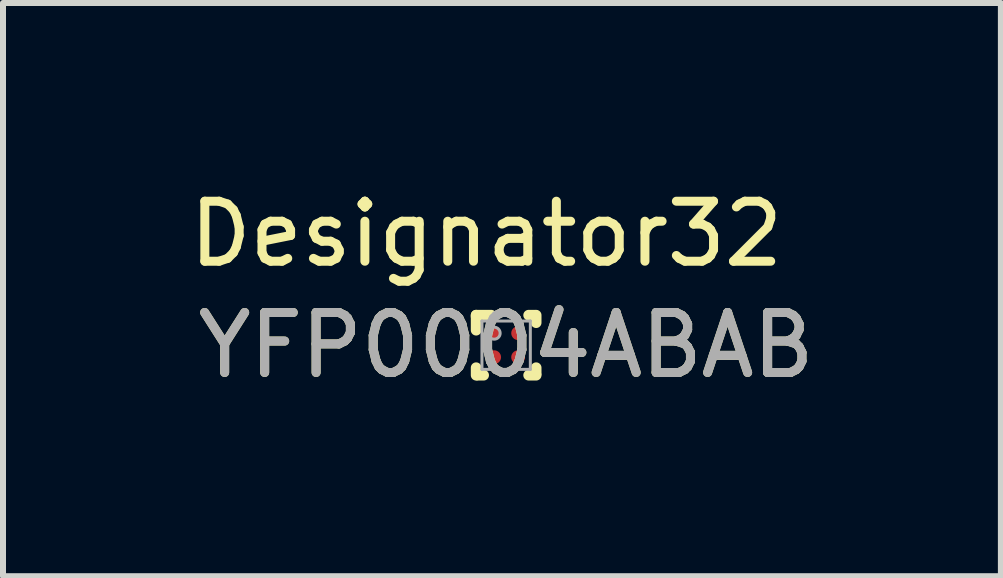
<source format=kicad_pcb>
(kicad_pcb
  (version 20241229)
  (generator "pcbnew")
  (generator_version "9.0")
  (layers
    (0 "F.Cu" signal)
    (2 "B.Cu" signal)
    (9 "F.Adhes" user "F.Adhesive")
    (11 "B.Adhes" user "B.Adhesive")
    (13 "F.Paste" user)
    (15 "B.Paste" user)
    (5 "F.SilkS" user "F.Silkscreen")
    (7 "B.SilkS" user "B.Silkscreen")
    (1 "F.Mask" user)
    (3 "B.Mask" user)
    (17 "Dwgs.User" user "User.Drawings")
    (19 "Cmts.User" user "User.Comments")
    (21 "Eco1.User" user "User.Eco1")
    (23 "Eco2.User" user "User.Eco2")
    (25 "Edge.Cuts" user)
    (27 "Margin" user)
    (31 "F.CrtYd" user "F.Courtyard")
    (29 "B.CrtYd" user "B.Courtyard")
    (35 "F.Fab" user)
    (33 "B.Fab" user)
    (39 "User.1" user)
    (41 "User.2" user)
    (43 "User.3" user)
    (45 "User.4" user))
  (footprint "YFP0004ABAB"
    (layer "F.Cu")
    (at 5.384 2.702)
    (property "Reference" "YFP0004ABAB" (at 0 0 0) (unlocked yes) (layer "F.SilkS") (effects (font (size 1 1) (thickness 0.15))))
    (attr smd)
    (fp_line (start -0.5 0.5) (end -0.5 0.375) (stroke (width 0.178) (type solid)) (layer "F.SilkS"))
    (fp_line (start -0.5 -0.5) (end -0.25 -0.5) (stroke (width 0.178) (type solid)) (layer "F.SilkS"))
    (fp_line (start -0.5 -0.475) (end -0.5 -0.5) (stroke (width 0.178) (type solid)) (layer "F.SilkS"))
    (fp_line (start -0.5 -0.25) (end -0.5 -0.475) (stroke (width 0.178) (type solid)) (layer "F.SilkS"))
    (fp_line (start -0.475 0.5) (end -0.375 0.5) (stroke (width 0.178) (type solid)) (layer "F.SilkS"))
    (fp_line (start 0.375 -0.5) (end 0.475 -0.5) (stroke (width 0.178) (type solid)) (layer "F.SilkS"))
    (fp_line (start 0.375 0.5) (end 0.5 0.5) (stroke (width 0.178) (type solid)) (layer "F.SilkS"))
    (fp_line (start 0.5 0.475) (end 0.5 0.375) (stroke (width 0.178) (type solid)) (layer "F.SilkS"))
    (fp_line (start 0.5 -0.375) (end 0.5 -0.5) (stroke (width 0.178) (type solid)) (layer "F.SilkS"))
    (fp_circle (center -0.275 -0.275) (end -0.25 -0.275) (stroke (width 0.05) (type solid)) (fill no) (layer "F.Paste"))
    (fp_circle (center -0.275 -0.125) (end -0.25 -0.125) (stroke (width 0.05) (type solid)) (fill no) (layer "F.Paste"))
    (fp_circle (center -0.275 0.125) (end -0.25 0.125) (stroke (width 0.05) (type solid)) (fill no) (layer "F.Paste"))
    (fp_circle (center -0.275 0.275) (end -0.25 0.275) (stroke (width 0.05) (type solid)) (fill no) (layer "F.Paste"))
    (fp_circle (center -0.125 -0.275) (end -0.1 -0.275) (stroke (width 0.05) (type solid)) (fill no) (layer "F.Paste"))
    (fp_circle (center -0.125 -0.125) (end -0.1 -0.125) (stroke (width 0.05) (type solid)) (fill no) (layer "F.Paste"))
    (fp_circle (center -0.125 0.125) (end -0.1 0.125) (stroke (width 0.05) (type solid)) (fill no) (layer "F.Paste"))
    (fp_circle (center -0.125 0.275) (end -0.1 0.275) (stroke (width 0.05) (type solid)) (fill no) (layer "F.Paste"))
    (fp_circle (center 0.125 -0.275) (end 0.15 -0.275) (stroke (width 0.05) (type solid)) (fill no) (layer "F.Paste"))
    (fp_circle (center 0.125 -0.125) (end 0.15 -0.125) (stroke (width 0.05) (type solid)) (fill no) (layer "F.Paste"))
    (fp_circle (center 0.125 0.125) (end 0.15 0.125) (stroke (width 0.05) (type solid)) (fill no) (layer "F.Paste"))
    (fp_circle (center 0.125 0.275) (end 0.15 0.275) (stroke (width 0.05) (type solid)) (fill no) (layer "F.Paste"))
    (fp_circle (center 0.275 -0.275) (end 0.3 -0.275) (stroke (width 0.05) (type solid)) (fill no) (layer "F.Paste"))
    (fp_circle (center 0.275 -0.125) (end 0.3 -0.125) (stroke (width 0.05) (type solid)) (fill no) (layer "F.Paste"))
    (fp_circle (center 0.275 0.125) (end 0.3 0.125) (stroke (width 0.05) (type solid)) (fill no) (layer "F.Paste"))
    (fp_circle (center 0.275 0.275) (end 0.3 0.275) (stroke (width 0.05) (type solid)) (fill no) (layer "F.Paste"))
    (fp_poly (pts (xy -0.325 -0.275) (xy -0.325 -0.125) (xy -0.275 -0.125) (xy -0.275 -0.275)) (stroke (width 0) (type solid)) (fill yes) (layer "F.Paste"))
    (fp_poly (pts (xy -0.325 0.125) (xy -0.325 0.275) (xy -0.275 0.275) (xy -0.275 0.125)) (stroke (width 0) (type solid)) (fill yes) (layer "F.Paste"))
    (fp_poly (pts (xy -0.275 -0.275) (xy -0.275 -0.125) (xy -0.125 -0.125) (xy -0.125 -0.275)) (stroke (width 0) (type solid)) (fill yes) (layer "F.Paste"))
    (fp_poly (pts (xy -0.275 -0.075) (xy -0.125 -0.075) (xy -0.125 -0.125) (xy -0.275 -0.125)) (stroke (width 0) (type solid)) (fill yes) (layer "F.Paste"))
    (fp_poly (pts (xy -0.275 0.125) (xy -0.275 0.275) (xy -0.125 0.275) (xy -0.125 0.125)) (stroke (width 0) (type solid)) (fill yes) (layer "F.Paste"))
    (fp_poly (pts (xy -0.275 0.325) (xy -0.125 0.325) (xy -0.125 0.275) (xy -0.275 0.275)) (stroke (width 0) (type solid)) (fill yes) (layer "F.Paste"))
    (fp_poly (pts (xy -0.125 -0.325) (xy -0.275 -0.325) (xy -0.275 -0.275) (xy -0.125 -0.275)) (stroke (width 0) (type solid)) (fill yes) (layer "F.Paste"))
    (fp_poly (pts (xy -0.125 0.075) (xy -0.275 0.075) (xy -0.275 0.125) (xy -0.125 0.125)) (stroke (width 0) (type solid)) (fill yes) (layer "F.Paste"))
    (fp_poly (pts (xy -0.075 -0.125) (xy -0.075 -0.275) (xy -0.125 -0.275) (xy -0.125 -0.125)) (stroke (width 0) (type solid)) (fill yes) (layer "F.Paste"))
    (fp_poly (pts (xy -0.075 0.275) (xy -0.075 0.125) (xy -0.125 0.125) (xy -0.125 0.275)) (stroke (width 0) (type solid)) (fill yes) (layer "F.Paste"))
    (fp_poly (pts (xy 0.075 -0.275) (xy 0.075 -0.125) (xy 0.125 -0.125) (xy 0.125 -0.275)) (stroke (width 0) (type solid)) (fill yes) (layer "F.Paste"))
    (fp_poly (pts (xy 0.075 0.125) (xy 0.075 0.275) (xy 0.125 0.275) (xy 0.125 0.125)) (stroke (width 0) (type solid)) (fill yes) (layer "F.Paste"))
    (fp_poly (pts (xy 0.125 -0.275) (xy 0.125 -0.125) (xy 0.275 -0.125) (xy 0.275 -0.275)) (stroke (width 0) (type solid)) (fill yes) (layer "F.Paste"))
    (fp_poly (pts (xy 0.125 -0.075) (xy 0.275 -0.075) (xy 0.275 -0.125) (xy 0.125 -0.125)) (stroke (width 0) (type solid)) (fill yes) (layer "F.Paste"))
    (fp_poly (pts (xy 0.125 0.125) (xy 0.125 0.275) (xy 0.275 0.275) (xy 0.275 0.125)) (stroke (width 0) (type solid)) (fill yes) (layer "F.Paste"))
    (fp_poly (pts (xy 0.125 0.325) (xy 0.275 0.325) (xy 0.275 0.275) (xy 0.125 0.275)) (stroke (width 0) (type solid)) (fill yes) (layer "F.Paste"))
    (fp_poly (pts (xy 0.275 -0.325) (xy 0.125 -0.325) (xy 0.125 -0.275) (xy 0.275 -0.275)) (stroke (width 0) (type solid)) (fill yes) (layer "F.Paste"))
    (fp_poly (pts (xy 0.275 0.075) (xy 0.125 0.075) (xy 0.125 0.125) (xy 0.275 0.125)) (stroke (width 0) (type solid)) (fill yes) (layer "F.Paste"))
    (fp_poly (pts (xy 0.325 -0.125) (xy 0.325 -0.275) (xy 0.275 -0.275) (xy 0.275 -0.125)) (stroke (width 0) (type solid)) (fill yes) (layer "F.Paste"))
    (fp_poly (pts (xy 0.325 0.275) (xy 0.325 0.125) (xy 0.275 0.125) (xy 0.275 0.275)) (stroke (width 0) (type solid)) (fill yes) (layer "F.Paste"))
    (fp_line (start -0.403 -0.403) (end 0.403 -0.403) (stroke (width 0.05) (type solid)) (layer "F.Fab"))
    (fp_line (start -0.403 0.403) (end -0.403 -0.403) (stroke (width 0.05) (type solid)) (layer "F.Fab"))
    (fp_line (start -0.403 0.403) (end 0.403 0.403) (stroke (width 0.05) (type solid)) (layer "F.Fab"))
    (fp_line (start 0.403 0.403) (end 0.403 -0.403) (stroke (width 0.05) (type solid)) (layer "F.Fab"))
    (fp_circle (center -0.2 -0.2) (end -0.1 -0.2) (stroke (width 0.05) (type solid)) (fill no) (layer "F.Fab"))
    (fp_text user "Designator32" (at -0.33 -1.854 0) (unlocked yes) (layer "F.SilkS") (effects (font (size 1 1) (thickness 0.15))))
    (fp_text user "${REFERENCE}" (at 0 0 0) (unlocked yes) (layer "F.Fab") (effects (font (size 1 1) (thickness 0.15))))
    (pad "A1" smd circle (at -0.2 -0.2) (size 0.23 0.23) (layers "F.Cu" "F.Mask"))
    (pad "A2" smd circle (at 0.2 -0.2) (size 0.23 0.23) (layers "F.Cu" "F.Mask"))
    (pad "B1" smd circle (at -0.2 0.2) (size 0.23 0.23) (layers "F.Cu" "F.Mask"))
    (pad "B2" smd circle (at 0.2 0.2) (size 0.23 0.23) (layers "F.Cu" "F.Mask")))
  (gr_rect
    (start -3 -3)
    (end 13.628 6.551)
    (stroke (width 0.1) (type default))
    (fill no)
    (layer "Edge.Cuts")))
</source>
